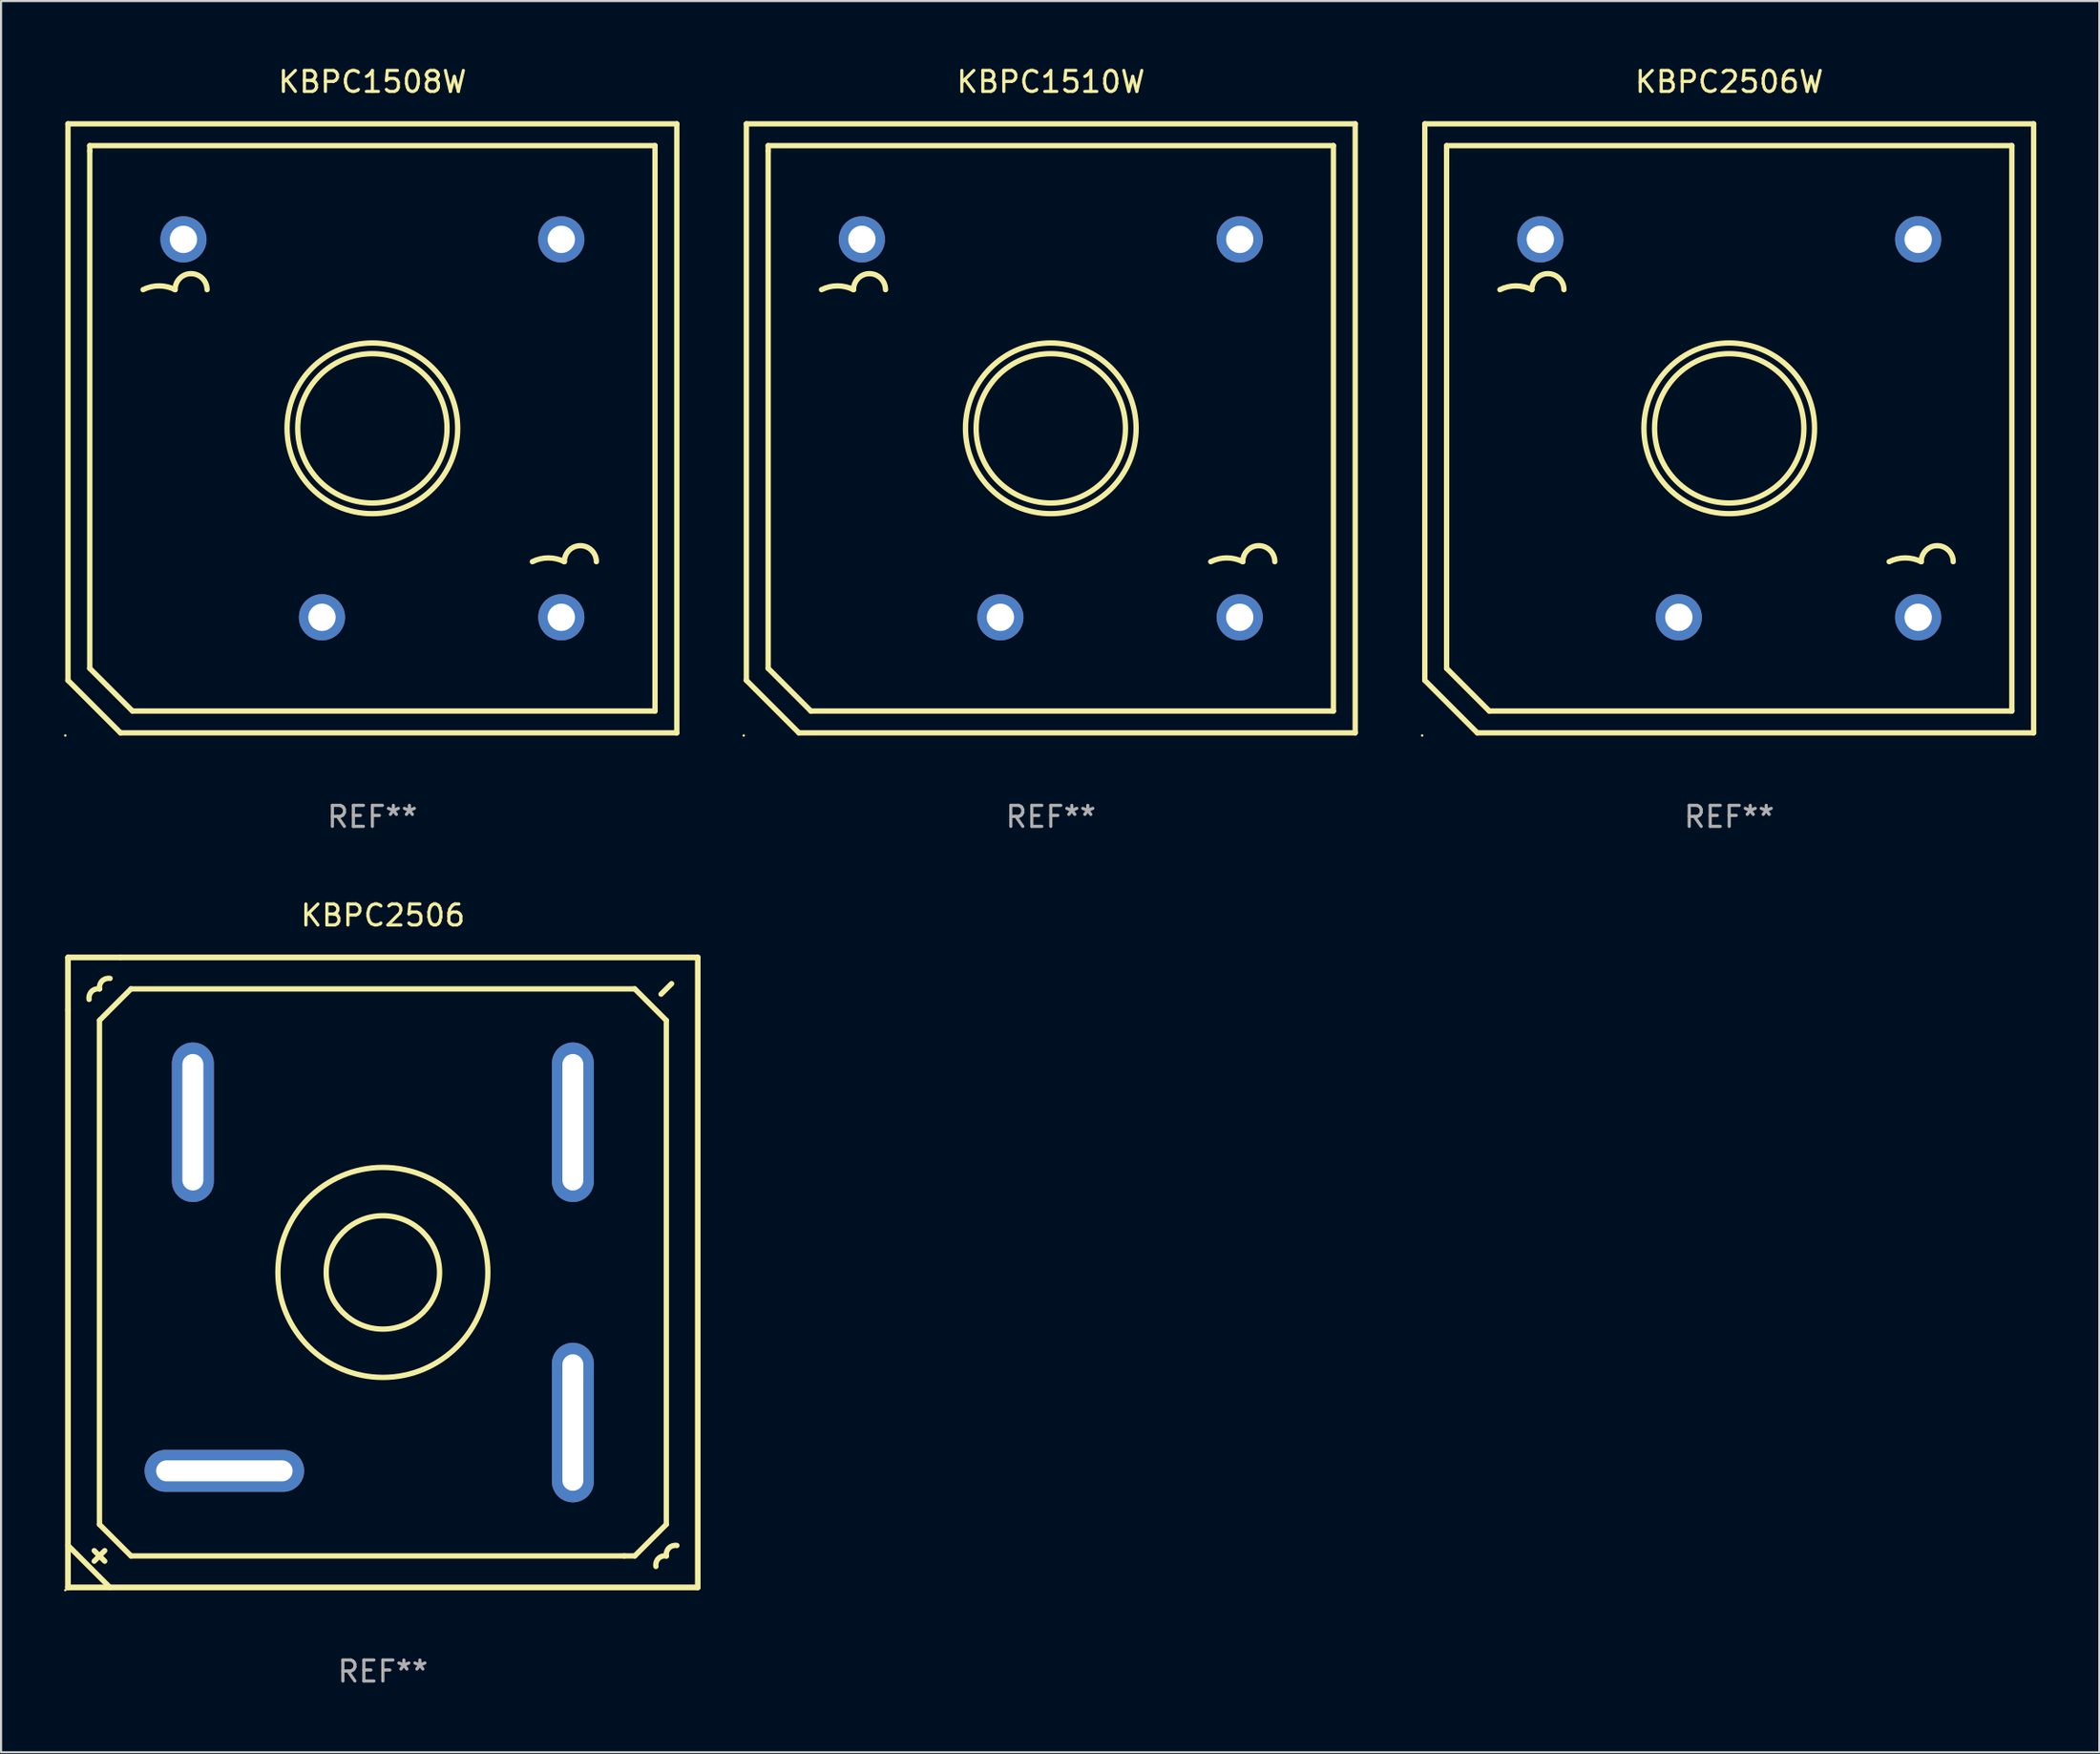
<source format=kicad_pcb>
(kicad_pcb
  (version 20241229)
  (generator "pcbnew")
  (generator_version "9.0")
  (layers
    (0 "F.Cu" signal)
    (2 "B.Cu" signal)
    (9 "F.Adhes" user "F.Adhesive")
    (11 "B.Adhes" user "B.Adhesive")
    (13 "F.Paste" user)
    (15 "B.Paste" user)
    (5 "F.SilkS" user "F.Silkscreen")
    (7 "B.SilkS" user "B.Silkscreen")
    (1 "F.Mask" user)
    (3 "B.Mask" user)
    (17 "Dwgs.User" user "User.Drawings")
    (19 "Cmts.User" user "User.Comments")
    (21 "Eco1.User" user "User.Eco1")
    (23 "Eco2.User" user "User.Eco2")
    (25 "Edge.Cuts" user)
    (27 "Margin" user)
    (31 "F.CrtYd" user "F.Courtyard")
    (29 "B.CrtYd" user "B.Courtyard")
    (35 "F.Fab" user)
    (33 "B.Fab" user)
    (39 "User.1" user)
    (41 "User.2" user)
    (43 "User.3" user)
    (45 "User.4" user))
  (footprint "KBPC1510W"
    (layer "F.Cu")
    (at 47.001 17.348)
    (property "Reference" "KBPC1510W" (at 0 -16.5 0) (layer "F.SilkS") (effects (font (size 1 1) (thickness 0.15))))
    (attr through_hole)
    (fp_line (start -14.5 -14.5) (end 14.5 -14.5) (stroke (width 0.254) (type solid)) (layer "F.SilkS"))
    (fp_line (start -14.5 12) (end -14.5 -14.5) (stroke (width 0.254) (type solid)) (layer "F.SilkS"))
    (fp_line (start -13.462 -13.462) (end 13.462 -13.462) (stroke (width 0.254) (type solid)) (layer "F.SilkS"))
    (fp_line (start -13.462 -13.208) (end -13.462 -13.462) (stroke (width 0.254) (type solid)) (layer "F.SilkS"))
    (fp_line (start -13.462 11.43) (end -13.462 -13.208) (stroke (width 0.254) (type solid)) (layer "F.SilkS"))
    (fp_line (start -12 14.5) (end -14.5 12) (stroke (width 0.254) (type solid)) (layer "F.SilkS"))
    (fp_line (start -11.43 13.462) (end -13.462 11.43) (stroke (width 0.254) (type solid)) (layer "F.SilkS"))
    (fp_line (start 13.462 -13.462) (end 13.462 13.462) (stroke (width 0.254) (type solid)) (layer "F.SilkS"))
    (fp_line (start 13.462 13.462) (end -11.43 13.462) (stroke (width 0.254) (type solid)) (layer "F.SilkS"))
    (fp_line (start 14.5 -14.5) (end 14.5 14.5) (stroke (width 0.254) (type solid)) (layer "F.SilkS"))
    (fp_line (start 14.5 14.5) (end -12 14.5) (stroke (width 0.254) (type solid)) (layer "F.SilkS"))
    (fp_arc (start -10.921895 -6.60414) (mid -10.159893 -6.784024) (end -9.397892 -6.60414) (stroke (width 0.254001) (type solid)) (layer "F.SilkS"))
    (fp_arc (start -9.397891 -6.60414) (mid -8.63589 -7.366141) (end -7.873889 -6.60414) (stroke (width 0.254001) (type solid)) (layer "F.SilkS"))
    (fp_arc (start 7.620142 6.349886) (mid 8.382144 6.170002) (end 9.144145 6.349886) (stroke (width 0.254001) (type solid)) (layer "F.SilkS"))
    (fp_arc (start 9.144146 6.349886) (mid 9.906147 5.587885) (end 10.668148 6.349886) (stroke (width 0.254001) (type solid)) (layer "F.SilkS"))
    (fp_circle (center -14.627 14.627) (end -14.597 14.627) (stroke (width 0.06) (type solid)) (fill no) (layer "F.SilkS"))
    (fp_circle (center 0.000127 -0.000127) (end 3.556 -0.000127) (stroke (width 0.254) (type solid)) (fill no) (layer "F.SilkS"))
    (fp_circle (center 0.000127 -0.000127) (end 4.064 -0.000127) (stroke (width 0.254) (type solid)) (fill no) (layer "F.SilkS"))
    (fp_text user "-" (at 7.874 -6.858 0) (layer "B.Mask") (effects (font (size 1 1) (thickness 0.15))))
    (fp_text user "+" (at -3.302 11.684 0) (layer "B.Mask") (effects (font (size 1 1) (thickness 0.15))))
    (fp_text user "REF**" (at 0 18.5 0) (layer "F.Fab") (effects (font (size 1 1) (thickness 0.15))))
    (pad "1" thru_hole circle (at -2.401 8.999) (size 2.2 2.2) (drill 1.3) (layers "*.Cu" "*.Mask"))
    (pad "2" thru_hole circle (at -8.999 -8.999) (size 2.2 2.2) (drill 1.3) (layers "*.Cu" "*.Mask"))
    (pad "3" thru_hole circle (at 8.999 -8.999) (size 2.2 2.2) (drill 1.3) (layers "*.Cu" "*.Mask"))
    (pad "4" thru_hole circle (at 8.999 8.999) (size 2.2 2.2) (drill 1.3) (layers "*.Cu" "*.Mask")))
  (footprint "KBPC1508W"
    (layer "F.Cu")
    (at 14.687 17.348)
    (property "Reference" "KBPC1508W" (at 0 -16.5 0) (layer "F.SilkS") (effects (font (size 1 1) (thickness 0.15))))
    (attr through_hole)
    (fp_line (start -14.5 -14.5) (end 14.5 -14.5) (stroke (width 0.254) (type solid)) (layer "F.SilkS"))
    (fp_line (start -14.5 12) (end -14.5 -14.5) (stroke (width 0.254) (type solid)) (layer "F.SilkS"))
    (fp_line (start -13.462 -13.462) (end 13.462 -13.462) (stroke (width 0.254) (type solid)) (layer "F.SilkS"))
    (fp_line (start -13.462 -13.208) (end -13.462 -13.462) (stroke (width 0.254) (type solid)) (layer "F.SilkS"))
    (fp_line (start -13.462 11.43) (end -13.462 -13.208) (stroke (width 0.254) (type solid)) (layer "F.SilkS"))
    (fp_line (start -12 14.5) (end -14.5 12) (stroke (width 0.254) (type solid)) (layer "F.SilkS"))
    (fp_line (start -11.43 13.462) (end -13.462 11.43) (stroke (width 0.254) (type solid)) (layer "F.SilkS"))
    (fp_line (start 13.462 -13.462) (end 13.462 13.462) (stroke (width 0.254) (type solid)) (layer "F.SilkS"))
    (fp_line (start 13.462 13.462) (end -11.43 13.462) (stroke (width 0.254) (type solid)) (layer "F.SilkS"))
    (fp_line (start 14.5 -14.5) (end 14.5 14.5) (stroke (width 0.254) (type solid)) (layer "F.SilkS"))
    (fp_line (start 14.5 14.5) (end -12 14.5) (stroke (width 0.254) (type solid)) (layer "F.SilkS"))
    (fp_arc (start -10.921895 -6.60414) (mid -10.159893 -6.784024) (end -9.397892 -6.60414) (stroke (width 0.254001) (type solid)) (layer "F.SilkS"))
    (fp_arc (start -9.397891 -6.60414) (mid -8.63589 -7.366141) (end -7.873889 -6.60414) (stroke (width 0.254001) (type solid)) (layer "F.SilkS"))
    (fp_arc (start 7.620142 6.349886) (mid 8.382144 6.170002) (end 9.144145 6.349886) (stroke (width 0.254001) (type solid)) (layer "F.SilkS"))
    (fp_arc (start 9.144146 6.349886) (mid 9.906147 5.587885) (end 10.668148 6.349886) (stroke (width 0.254001) (type solid)) (layer "F.SilkS"))
    (fp_circle (center -14.627 14.627) (end -14.597 14.627) (stroke (width 0.06) (type solid)) (fill no) (layer "F.SilkS"))
    (fp_circle (center 0.000127 -0.000127) (end 3.556 -0.000127) (stroke (width 0.254) (type solid)) (fill no) (layer "F.SilkS"))
    (fp_circle (center 0.000127 -0.000127) (end 4.064 -0.000127) (stroke (width 0.254) (type solid)) (fill no) (layer "F.SilkS"))
    (fp_text user "-" (at 7.874 -6.858 0) (layer "B.Mask") (effects (font (size 1 1) (thickness 0.15))))
    (fp_text user "+" (at -3.302 11.684 0) (layer "B.Mask") (effects (font (size 1 1) (thickness 0.15))))
    (fp_text user "REF**" (at 0 18.5 0) (layer "F.Fab") (effects (font (size 1 1) (thickness 0.15))))
    (pad "1" thru_hole circle (at -2.401 8.999) (size 2.2 2.2) (drill 1.3) (layers "*.Cu" "*.Mask"))
    (pad "2" thru_hole circle (at -8.999 -8.999) (size 2.2 2.2) (drill 1.3) (layers "*.Cu" "*.Mask"))
    (pad "3" thru_hole circle (at 8.999 -8.999) (size 2.2 2.2) (drill 1.3) (layers "*.Cu" "*.Mask"))
    (pad "4" thru_hole circle (at 8.999 8.999) (size 2.2 2.2) (drill 1.3) (layers "*.Cu" "*.Mask")))
  (footprint "KBPC2506W"
    (layer "F.Cu")
    (at 79.315 17.348)
    (property "Reference" "KBPC2506W" (at 0 -16.5 0) (layer "F.SilkS") (effects (font (size 1 1) (thickness 0.15))))
    (attr through_hole)
    (fp_line (start -14.5 -14.5) (end 14.5 -14.5) (stroke (width 0.254) (type solid)) (layer "F.SilkS"))
    (fp_line (start -14.5 12) (end -14.5 -14.5) (stroke (width 0.254) (type solid)) (layer "F.SilkS"))
    (fp_line (start -13.462 -13.462) (end 13.462 -13.462) (stroke (width 0.254) (type solid)) (layer "F.SilkS"))
    (fp_line (start -13.462 -13.208) (end -13.462 -13.462) (stroke (width 0.254) (type solid)) (layer "F.SilkS"))
    (fp_line (start -13.462 11.43) (end -13.462 -13.208) (stroke (width 0.254) (type solid)) (layer "F.SilkS"))
    (fp_line (start -12 14.5) (end -14.5 12) (stroke (width 0.254) (type solid)) (layer "F.SilkS"))
    (fp_line (start -11.43 13.462) (end -13.462 11.43) (stroke (width 0.254) (type solid)) (layer "F.SilkS"))
    (fp_line (start 13.462 -13.462) (end 13.462 13.462) (stroke (width 0.254) (type solid)) (layer "F.SilkS"))
    (fp_line (start 13.462 13.462) (end -11.43 13.462) (stroke (width 0.254) (type solid)) (layer "F.SilkS"))
    (fp_line (start 14.5 -14.5) (end 14.5 14.5) (stroke (width 0.254) (type solid)) (layer "F.SilkS"))
    (fp_line (start 14.5 14.5) (end -12 14.5) (stroke (width 0.254) (type solid)) (layer "F.SilkS"))
    (fp_arc (start -10.921895 -6.60414) (mid -10.159893 -6.784024) (end -9.397892 -6.60414) (stroke (width 0.254001) (type solid)) (layer "F.SilkS"))
    (fp_arc (start -9.397891 -6.60414) (mid -8.63589 -7.366141) (end -7.873889 -6.60414) (stroke (width 0.254001) (type solid)) (layer "F.SilkS"))
    (fp_arc (start 7.620142 6.349886) (mid 8.382144 6.170002) (end 9.144145 6.349886) (stroke (width 0.254001) (type solid)) (layer "F.SilkS"))
    (fp_arc (start 9.144146 6.349886) (mid 9.906147 5.587885) (end 10.668148 6.349886) (stroke (width 0.254001) (type solid)) (layer "F.SilkS"))
    (fp_circle (center -14.627 14.627) (end -14.597 14.627) (stroke (width 0.06) (type solid)) (fill no) (layer "F.SilkS"))
    (fp_circle (center 0.000127 -0.000127) (end 3.556 -0.000127) (stroke (width 0.254) (type solid)) (fill no) (layer "F.SilkS"))
    (fp_circle (center 0.000127 -0.000127) (end 4.064 -0.000127) (stroke (width 0.254) (type solid)) (fill no) (layer "F.SilkS"))
    (fp_text user "-" (at 7.874 -6.858 0) (layer "B.Mask") (effects (font (size 1 1) (thickness 0.15))))
    (fp_text user "+" (at -3.302 11.684 0) (layer "B.Mask") (effects (font (size 1 1) (thickness 0.15))))
    (fp_text user "REF**" (at 0 18.5 0) (layer "F.Fab") (effects (font (size 1 1) (thickness 0.15))))
    (pad "1" thru_hole circle (at -2.401 8.999) (size 2.2 2.2) (drill 1.3) (layers "*.Cu" "*.Mask"))
    (pad "2" thru_hole circle (at -8.999 -8.999) (size 2.2 2.2) (drill 1.3) (layers "*.Cu" "*.Mask"))
    (pad "3" thru_hole circle (at 8.999 -8.999) (size 2.2 2.2) (drill 1.3) (layers "*.Cu" "*.Mask"))
    (pad "4" thru_hole circle (at 8.999 8.999) (size 2.2 2.2) (drill 1.3) (layers "*.Cu" "*.Mask")))
  (footprint "KBPC2506"
    (layer "F.Cu")
    (at 15.187 57.545)
    (property "Reference" "KBPC2506" (at 0 -17.001 0) (layer "F.SilkS") (effects (font (size 1 1) (thickness 0.15))))
    (attr through_hole)
    (fp_line (start -15 -15.001) (end -12.5 -15.001) (stroke (width 0.254) (type solid)) (layer "F.SilkS"))
    (fp_line (start -15 -15.001) (end 15 -15.001) (stroke (width 0.254) (type solid)) (layer "F.SilkS"))
    (fp_line (start -15 -12.501) (end -15 -15.001) (stroke (width 0.254) (type solid)) (layer "F.SilkS"))
    (fp_line (start -15 14.999) (end -15 -15.001) (stroke (width 0.254) (type solid)) (layer "F.SilkS"))
    (fp_line (start -15 14.999) (end -15 -12.501) (stroke (width 0.254) (type solid)) (layer "F.SilkS"))
    (fp_line (start -14.999 12.999) (end -13 15.001) (stroke (width 0.254) (type solid)) (layer "F.SilkS"))
    (fp_line (start -13.75 13.749) (end -13.25 13.249) (stroke (width 0.254) (type solid)) (layer "F.SilkS"))
    (fp_line (start -13.5 -12.001) (end -12 -13.501) (stroke (width 0.254) (type solid)) (layer "F.SilkS"))
    (fp_line (start -13.5 11.999) (end -13.5 -12.001) (stroke (width 0.254) (type solid)) (layer "F.SilkS"))
    (fp_line (start -13.25 13.749) (end -13.75 13.249) (stroke (width 0.254) (type solid)) (layer "F.SilkS"))
    (fp_line (start -12.5 -15.001) (end 15 -15.001) (stroke (width 0.254) (type solid)) (layer "F.SilkS"))
    (fp_line (start -12 -13.501) (end 12 -13.501) (stroke (width 0.254) (type solid)) (layer "F.SilkS"))
    (fp_line (start -12 13.499) (end -13.5 11.999) (stroke (width 0.254) (type solid)) (layer "F.SilkS"))
    (fp_line (start 11.5 13.499) (end -12 13.499) (stroke (width 0.254) (type solid)) (layer "F.SilkS"))
    (fp_line (start 12 -13.501) (end 13.5 -12.001) (stroke (width 0.254) (type solid)) (layer "F.SilkS"))
    (fp_line (start 12 13.499) (end 11.5 13.499) (stroke (width 0.254) (type solid)) (layer "F.SilkS"))
    (fp_line (start 13.5 -12.001) (end 13.5 11.999) (stroke (width 0.254) (type solid)) (layer "F.SilkS"))
    (fp_line (start 13.5 11.999) (end 12 13.499) (stroke (width 0.254) (type solid)) (layer "F.SilkS"))
    (fp_line (start 13.75 -13.751) (end 13.25 -13.251) (stroke (width 0.254) (type solid)) (layer "F.SilkS"))
    (fp_line (start 15 -15.001) (end 15 14.999) (stroke (width 0.254) (type solid)) (layer "F.SilkS"))
    (fp_line (start 15 -15.001) (end 15 14.999) (stroke (width 0.254) (type solid)) (layer "F.SilkS"))
    (fp_line (start 15 14.999) (end -15 14.999) (stroke (width 0.254) (type solid)) (layer "F.SilkS"))
    (fp_line (start 15 14.999) (end -15 14.999) (stroke (width 0.254) (type solid)) (layer "F.SilkS"))
    (fp_arc (start -13.993167 -13.002413) (mid -13.872579 -13.381824) (end -13.493168 -13.502412) (stroke (width 0.254001) (type solid)) (layer "F.SilkS"))
    (fp_arc (start -13.494692 -13.500381) (mid -13.374103 -13.879793) (end -12.994691 -14.000381) (stroke (width 0.254001) (type solid)) (layer "F.SilkS"))
    (fp_arc (start 13.005131 14.000635) (mid 13.125719 13.621224) (end 13.50513 13.500636) (stroke (width 0.254001) (type solid)) (layer "F.SilkS"))
    (fp_arc (start 13.503606 13.502667) (mid 13.624195 13.123255) (end 14.003607 13.002667) (stroke (width 0.254001) (type solid)) (layer "F.SilkS"))
    (fp_circle (center -15.127 15.128) (end -15.097 15.128) (stroke (width 0.06) (type solid)) (fill no) (layer "F.SilkS"))
    (fp_circle (center 0 -0.001) (end 2.7 -0.001) (stroke (width 0.254) (type solid)) (fill no) (layer "F.SilkS"))
    (fp_circle (center 0 -0.001) (end 5 -0.001) (stroke (width 0.254) (type solid)) (fill no) (layer "F.SilkS"))
    (fp_text user "REF**" (at 0 19.001 0) (layer "F.Fab") (effects (font (size 1 1) (thickness 0.15))))
    (pad "1" thru_hole oval (at -7.55 9.449 270) (size 2 7.6) (drill oval 1 6.5) (layers "*.Cu" "*.Mask"))
    (pad "2" thru_hole oval (at -9.05 -7.151 180) (size 2 7.6) (drill oval 1 6.5) (layers "*.Cu" "*.Mask"))
    (pad "3" thru_hole oval (at 9.05 -7.151) (size 2 7.6) (drill oval 1 6.5) (layers "*.Cu" "*.Mask"))
    (pad "4" thru_hole oval (at 9.05 7.149) (size 2 7.6) (drill oval 1 6.5) (layers "*.Cu" "*.Mask")))
  (gr_rect
    (start -3 -3)
    (end 96.942 80.394)
    (stroke (width 0.1) (type default))
    (fill no)
    (layer "Edge.Cuts")))
</source>
